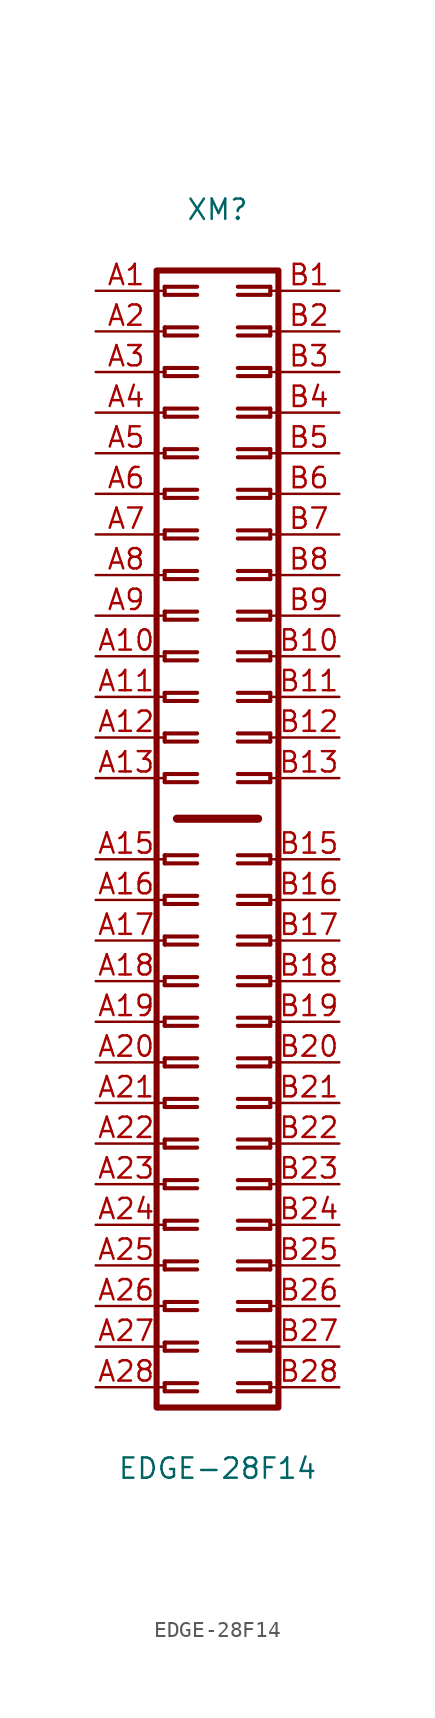
<source format=kicad_sym>
(kicad_symbol_lib
  (version 20231120)
  (generator "kicad_symbol_editor")
  (generator_version "8.0")
  (symbol "EDGE-28F14"
    (pin_names
      (offset 1.016))
    (property "Reference" "XM"
      (at 0 39.37 0)
      (effects (font (size 1.27 1.27))))
    (property "Value" "EDGE-28F14"
      (at 0 -39.37 0)
      (effects (font (size 1.27 1.27))))
    (symbol "EDGE-28F14_0_0"
      (polyline (pts (xy -2.54 1.27) (xy 2.54 1.27)) (stroke (width 0.508) (type default)) (fill (type none))))
    (symbol "EDGE-28F14_0_1"
      (rectangle (start -3.81 35.56) (end 3.81 -35.56) (stroke (width 0.381) (type default)) (fill (type none)))
      (polyline (pts (xy -3.81 -34.29) (xy -3.302 -34.29)) (stroke (width 0) (type default)) (fill (type none)))
      (polyline (pts (xy -3.81 -31.75) (xy -3.302 -31.75)) (stroke (width 0) (type default)) (fill (type none)))
      (polyline (pts (xy -3.81 -29.21) (xy -3.302 -29.21)) (stroke (width 0) (type default)) (fill (type none)))
      (polyline (pts (xy -3.81 -26.67) (xy -3.302 -26.67)) (stroke (width 0) (type default)) (fill (type none)))
      (polyline (pts (xy -3.81 -24.13) (xy -3.302 -24.13)) (stroke (width 0) (type default)) (fill (type none)))
      (polyline (pts (xy -3.81 -21.59) (xy -3.302 -21.59)) (stroke (width 0) (type default)) (fill (type none)))
      (polyline (pts (xy -3.81 -19.05) (xy -3.302 -19.05)) (stroke (width 0) (type default)) (fill (type none)))
      (polyline (pts (xy -3.81 -16.51) (xy -3.302 -16.51)) (stroke (width 0) (type default)) (fill (type none)))
      (polyline (pts (xy -3.81 -13.97) (xy -3.302 -13.97)) (stroke (width 0) (type default)) (fill (type none)))
      (polyline (pts (xy -3.81 -11.43) (xy -3.302 -11.43)) (stroke (width 0) (type default)) (fill (type none)))
      (polyline (pts (xy -3.81 -8.89) (xy -3.302 -8.89)) (stroke (width 0) (type default)) (fill (type none)))
      (polyline (pts (xy -3.81 -6.35) (xy -3.302 -6.35)) (stroke (width 0) (type default)) (fill (type none)))
      (polyline (pts (xy -3.81 -3.81) (xy -3.302 -3.81)) (stroke (width 0) (type default)) (fill (type none)))
      (polyline (pts (xy -3.81 -1.27) (xy -3.302 -1.27)) (stroke (width 0) (type default)) (fill (type none)))
      (polyline (pts (xy -3.81 3.81) (xy -3.302 3.81)) (stroke (width 0) (type default)) (fill (type none)))
      (polyline (pts (xy -3.81 6.35) (xy -3.302 6.35)) (stroke (width 0) (type default)) (fill (type none)))
      (polyline (pts (xy -3.81 8.89) (xy -3.302 8.89)) (stroke (width 0) (type default)) (fill (type none)))
      (polyline (pts (xy -3.81 11.43) (xy -3.302 11.43)) (stroke (width 0) (type default)) (fill (type none)))
      (polyline (pts (xy -3.81 13.97) (xy -3.302 13.97)) (stroke (width 0) (type default)) (fill (type none)))
      (polyline (pts (xy -3.81 16.51) (xy -3.302 16.51)) (stroke (width 0) (type default)) (fill (type none)))
      (polyline (pts (xy -3.81 19.05) (xy -3.302 19.05)) (stroke (width 0) (type default)) (fill (type none)))
      (polyline (pts (xy -3.81 21.59) (xy -3.302 21.59)) (stroke (width 0) (type default)) (fill (type none)))
      (polyline (pts (xy -3.81 24.13) (xy -3.302 24.13)) (stroke (width 0) (type default)) (fill (type none)))
      (polyline (pts (xy -3.81 26.67) (xy -3.302 26.67)) (stroke (width 0) (type default)) (fill (type none)))
      (polyline (pts (xy -3.81 29.21) (xy -3.302 29.21)) (stroke (width 0) (type default)) (fill (type none)))
      (polyline (pts (xy -3.81 31.75) (xy -3.302 31.75)) (stroke (width 0) (type default)) (fill (type none)))
      (polyline (pts (xy -3.81 34.29) (xy -3.302 34.29)) (stroke (width 0) (type default)) (fill (type none)))
      (polyline (pts (xy -3.302 -34.544) (xy -3.302 -34.036)) (stroke (width 0.254) (type default)) (fill (type none)))
      (polyline (pts (xy -3.302 -34.544) (xy -1.27 -34.544)) (stroke (width 0.254) (type default)) (fill (type none)))
      (polyline (pts (xy -3.302 -34.036) (xy -1.27 -34.036)) (stroke (width 0.254) (type default)) (fill (type none)))
      (polyline (pts (xy -3.302 -32.004) (xy -3.302 -31.496)) (stroke (width 0.254) (type default)) (fill (type none)))
      (polyline (pts (xy -3.302 -32.004) (xy -1.27 -32.004)) (stroke (width 0.254) (type default)) (fill (type none)))
      (polyline (pts (xy -3.302 -31.496) (xy -1.27 -31.496)) (stroke (width 0.254) (type default)) (fill (type none)))
      (polyline (pts (xy -3.302 -29.464) (xy -3.302 -28.956)) (stroke (width 0.254) (type default)) (fill (type none)))
      (polyline (pts (xy -3.302 -29.464) (xy -1.27 -29.464)) (stroke (width 0.254) (type default)) (fill (type none)))
      (polyline (pts (xy -3.302 -28.956) (xy -1.27 -28.956)) (stroke (width 0.254) (type default)) (fill (type none)))
      (polyline (pts (xy -3.302 -26.924) (xy -3.302 -26.416)) (stroke (width 0.254) (type default)) (fill (type none)))
      (polyline (pts (xy -3.302 -26.924) (xy -1.27 -26.924)) (stroke (width 0.254) (type default)) (fill (type none)))
      (polyline (pts (xy -3.302 -26.416) (xy -1.27 -26.416)) (stroke (width 0.254) (type default)) (fill (type none)))
      (polyline (pts (xy -3.302 -24.384) (xy -3.302 -23.876)) (stroke (width 0.254) (type default)) (fill (type none)))
      (polyline (pts (xy -3.302 -24.384) (xy -1.27 -24.384)) (stroke (width 0.254) (type default)) (fill (type none)))
      (polyline (pts (xy -3.302 -23.876) (xy -1.27 -23.876)) (stroke (width 0.254) (type default)) (fill (type none)))
      (polyline (pts (xy -3.302 -21.844) (xy -3.302 -21.336)) (stroke (width 0.254) (type default)) (fill (type none)))
      (polyline (pts (xy -3.302 -21.844) (xy -1.27 -21.844)) (stroke (width 0.254) (type default)) (fill (type none)))
      (polyline (pts (xy -3.302 -21.336) (xy -1.27 -21.336)) (stroke (width 0.254) (type default)) (fill (type none)))
      (polyline (pts (xy -3.302 -19.304) (xy -3.302 -18.796)) (stroke (width 0.254) (type default)) (fill (type none)))
      (polyline (pts (xy -3.302 -19.304) (xy -1.27 -19.304)) (stroke (width 0.254) (type default)) (fill (type none)))
      (polyline (pts (xy -3.302 -18.796) (xy -1.27 -18.796)) (stroke (width 0.254) (type default)) (fill (type none)))
      (polyline (pts (xy -3.302 -16.764) (xy -3.302 -16.256)) (stroke (width 0.254) (type default)) (fill (type none)))
      (polyline (pts (xy -3.302 -16.764) (xy -1.27 -16.764)) (stroke (width 0.254) (type default)) (fill (type none)))
      (polyline (pts (xy -3.302 -16.256) (xy -1.27 -16.256)) (stroke (width 0.254) (type default)) (fill (type none)))
      (polyline (pts (xy -3.302 -14.224) (xy -3.302 -13.716)) (stroke (width 0.254) (type default)) (fill (type none)))
      (polyline (pts (xy -3.302 -14.224) (xy -1.27 -14.224)) (stroke (width 0.254) (type default)) (fill (type none)))
      (polyline (pts (xy -3.302 -13.716) (xy -1.27 -13.716)) (stroke (width 0.254) (type default)) (fill (type none)))
      (polyline (pts (xy -3.302 -11.684) (xy -3.302 -11.176)) (stroke (width 0.254) (type default)) (fill (type none)))
      (polyline (pts (xy -3.302 -11.684) (xy -1.27 -11.684)) (stroke (width 0.254) (type default)) (fill (type none)))
      (polyline (pts (xy -3.302 -11.176) (xy -1.27 -11.176)) (stroke (width 0.254) (type default)) (fill (type none)))
      (polyline (pts (xy -3.302 -9.144) (xy -3.302 -8.636)) (stroke (width 0.254) (type default)) (fill (type none)))
      (polyline (pts (xy -3.302 -9.144) (xy -1.27 -9.144)) (stroke (width 0.254) (type default)) (fill (type none)))
      (polyline (pts (xy -3.302 -8.636) (xy -1.27 -8.636)) (stroke (width 0.254) (type default)) (fill (type none)))
      (polyline (pts (xy -3.302 -6.604) (xy -3.302 -6.096)) (stroke (width 0.254) (type default)) (fill (type none)))
      (polyline (pts (xy -3.302 -6.604) (xy -1.27 -6.604)) (stroke (width 0.254) (type default)) (fill (type none)))
      (polyline (pts (xy -3.302 -6.096) (xy -1.27 -6.096)) (stroke (width 0.254) (type default)) (fill (type none)))
      (polyline (pts (xy -3.302 -4.064) (xy -3.302 -3.556)) (stroke (width 0.254) (type default)) (fill (type none)))
      (polyline (pts (xy -3.302 -4.064) (xy -1.27 -4.064)) (stroke (width 0.254) (type default)) (fill (type none)))
      (polyline (pts (xy -3.302 -3.556) (xy -1.27 -3.556)) (stroke (width 0.254) (type default)) (fill (type none)))
      (polyline (pts (xy -3.302 -1.524) (xy -3.302 -1.016)) (stroke (width 0.254) (type default)) (fill (type none)))
      (polyline (pts (xy -3.302 -1.524) (xy -1.27 -1.524)) (stroke (width 0.254) (type default)) (fill (type none)))
      (polyline (pts (xy -3.302 -1.016) (xy -1.27 -1.016)) (stroke (width 0.254) (type default)) (fill (type none)))
      (polyline (pts (xy -3.302 3.556) (xy -3.302 4.064)) (stroke (width 0.254) (type default)) (fill (type none)))
      (polyline (pts (xy -3.302 3.556) (xy -1.27 3.556)) (stroke (width 0.254) (type default)) (fill (type none)))
      (polyline (pts (xy -3.302 4.064) (xy -1.27 4.064)) (stroke (width 0.254) (type default)) (fill (type none)))
      (polyline (pts (xy -3.302 6.096) (xy -3.302 6.604)) (stroke (width 0.254) (type default)) (fill (type none)))
      (polyline (pts (xy -3.302 6.096) (xy -1.27 6.096)) (stroke (width 0.254) (type default)) (fill (type none)))
      (polyline (pts (xy -3.302 6.604) (xy -1.27 6.604)) (stroke (width 0.254) (type default)) (fill (type none)))
      (polyline (pts (xy -3.302 8.636) (xy -3.302 9.144)) (stroke (width 0.254) (type default)) (fill (type none)))
      (polyline (pts (xy -3.302 8.636) (xy -1.27 8.636)) (stroke (width 0.254) (type default)) (fill (type none)))
      (polyline (pts (xy -3.302 9.144) (xy -1.27 9.144)) (stroke (width 0.254) (type default)) (fill (type none)))
      (polyline (pts (xy -3.302 11.176) (xy -3.302 11.684)) (stroke (width 0.254) (type default)) (fill (type none)))
      (polyline (pts (xy -3.302 11.176) (xy -1.27 11.176)) (stroke (width 0.254) (type default)) (fill (type none)))
      (polyline (pts (xy -3.302 11.684) (xy -1.27 11.684)) (stroke (width 0.254) (type default)) (fill (type none)))
      (polyline (pts (xy -3.302 13.716) (xy -3.302 14.224)) (stroke (width 0.254) (type default)) (fill (type none)))
      (polyline (pts (xy -3.302 13.716) (xy -1.27 13.716)) (stroke (width 0.254) (type default)) (fill (type none)))
      (polyline (pts (xy -3.302 14.224) (xy -1.27 14.224)) (stroke (width 0.254) (type default)) (fill (type none)))
      (polyline (pts (xy -3.302 16.256) (xy -3.302 16.764)) (stroke (width 0.254) (type default)) (fill (type none)))
      (polyline (pts (xy -3.302 16.256) (xy -1.27 16.256)) (stroke (width 0.254) (type default)) (fill (type none)))
      (polyline (pts (xy -3.302 16.764) (xy -1.27 16.764)) (stroke (width 0.254) (type default)) (fill (type none)))
      (polyline (pts (xy -3.302 18.796) (xy -3.302 19.304)) (stroke (width 0.254) (type default)) (fill (type none)))
      (polyline (pts (xy -3.302 18.796) (xy -1.27 18.796)) (stroke (width 0.254) (type default)) (fill (type none)))
      (polyline (pts (xy -3.302 19.304) (xy -1.27 19.304)) (stroke (width 0.254) (type default)) (fill (type none)))
      (polyline (pts (xy -3.302 21.336) (xy -3.302 21.844)) (stroke (width 0.254) (type default)) (fill (type none)))
      (polyline (pts (xy -3.302 21.336) (xy -1.27 21.336)) (stroke (width 0.254) (type default)) (fill (type none)))
      (polyline (pts (xy -3.302 21.844) (xy -1.27 21.844)) (stroke (width 0.254) (type default)) (fill (type none)))
      (polyline (pts (xy -3.302 23.876) (xy -3.302 24.384)) (stroke (width 0.254) (type default)) (fill (type none)))
      (polyline (pts (xy -3.302 23.876) (xy -1.27 23.876)) (stroke (width 0.254) (type default)) (fill (type none)))
      (polyline (pts (xy -3.302 24.384) (xy -1.27 24.384)) (stroke (width 0.254) (type default)) (fill (type none)))
      (polyline (pts (xy -3.302 26.416) (xy -3.302 26.924)) (stroke (width 0.254) (type default)) (fill (type none)))
      (polyline (pts (xy -3.302 26.416) (xy -1.27 26.416)) (stroke (width 0.254) (type default)) (fill (type none)))
      (polyline (pts (xy -3.302 26.924) (xy -1.27 26.924)) (stroke (width 0.254) (type default)) (fill (type none)))
      (polyline (pts (xy -3.302 28.956) (xy -3.302 29.464)) (stroke (width 0.254) (type default)) (fill (type none)))
      (polyline (pts (xy -3.302 28.956) (xy -1.27 28.956)) (stroke (width 0.254) (type default)) (fill (type none)))
      (polyline (pts (xy -3.302 29.464) (xy -1.27 29.464)) (stroke (width 0.254) (type default)) (fill (type none)))
      (polyline (pts (xy -3.302 31.496) (xy -3.302 32.004)) (stroke (width 0.254) (type default)) (fill (type none)))
      (polyline (pts (xy -3.302 31.496) (xy -1.27 31.496)) (stroke (width 0.254) (type default)) (fill (type none)))
      (polyline (pts (xy -3.302 32.004) (xy -1.27 32.004)) (stroke (width 0.254) (type default)) (fill (type none)))
      (polyline (pts (xy -3.302 34.036) (xy -3.302 34.544)) (stroke (width 0.254) (type default)) (fill (type none)))
      (polyline (pts (xy -3.302 34.036) (xy -1.27 34.036)) (stroke (width 0.254) (type default)) (fill (type none)))
      (polyline (pts (xy -3.302 34.544) (xy -1.27 34.544)) (stroke (width 0.254) (type default)) (fill (type none)))
      (polyline (pts (xy 3.302 -34.544) (xy 1.27 -34.544)) (stroke (width 0.254) (type default)) (fill (type none)))
      (polyline (pts (xy 3.302 -34.544) (xy 3.302 -34.036)) (stroke (width 0.254) (type default)) (fill (type none)))
      (polyline (pts (xy 3.302 -34.036) (xy 1.27 -34.036)) (stroke (width 0.254) (type default)) (fill (type none)))
      (polyline (pts (xy 3.302 -32.004) (xy 1.27 -32.004)) (stroke (width 0.254) (type default)) (fill (type none)))
      (polyline (pts (xy 3.302 -32.004) (xy 3.302 -31.496)) (stroke (width 0.254) (type default)) (fill (type none)))
      (polyline (pts (xy 3.302 -31.496) (xy 1.27 -31.496)) (stroke (width 0.254) (type default)) (fill (type none)))
      (polyline (pts (xy 3.302 -29.464) (xy 1.27 -29.464)) (stroke (width 0.254) (type default)) (fill (type none)))
      (polyline (pts (xy 3.302 -29.464) (xy 3.302 -28.956)) (stroke (width 0.254) (type default)) (fill (type none)))
      (polyline (pts (xy 3.302 -28.956) (xy 1.27 -28.956)) (stroke (width 0.254) (type default)) (fill (type none)))
      (polyline (pts (xy 3.302 -26.924) (xy 1.27 -26.924)) (stroke (width 0.254) (type default)) (fill (type none)))
      (polyline (pts (xy 3.302 -26.924) (xy 3.302 -26.416)) (stroke (width 0.254) (type default)) (fill (type none)))
      (polyline (pts (xy 3.302 -26.416) (xy 1.27 -26.416)) (stroke (width 0.254) (type default)) (fill (type none)))
      (polyline (pts (xy 3.302 -24.384) (xy 1.27 -24.384)) (stroke (width 0.254) (type default)) (fill (type none)))
      (polyline (pts (xy 3.302 -24.384) (xy 3.302 -23.876)) (stroke (width 0.254) (type default)) (fill (type none)))
      (polyline (pts (xy 3.302 -23.876) (xy 1.27 -23.876)) (stroke (width 0.254) (type default)) (fill (type none)))
      (polyline (pts (xy 3.302 -21.844) (xy 1.27 -21.844)) (stroke (width 0.254) (type default)) (fill (type none)))
      (polyline (pts (xy 3.302 -21.844) (xy 3.302 -21.336)) (stroke (width 0.254) (type default)) (fill (type none)))
      (polyline (pts (xy 3.302 -21.336) (xy 1.27 -21.336)) (stroke (width 0.254) (type default)) (fill (type none)))
      (polyline (pts (xy 3.302 -19.304) (xy 1.27 -19.304)) (stroke (width 0.254) (type default)) (fill (type none)))
      (polyline (pts (xy 3.302 -19.304) (xy 3.302 -18.796)) (stroke (width 0.254) (type default)) (fill (type none)))
      (polyline (pts (xy 3.302 -18.796) (xy 1.27 -18.796)) (stroke (width 0.254) (type default)) (fill (type none)))
      (polyline (pts (xy 3.302 -16.764) (xy 1.27 -16.764)) (stroke (width 0.254) (type default)) (fill (type none)))
      (polyline (pts (xy 3.302 -16.764) (xy 3.302 -16.256)) (stroke (width 0.254) (type default)) (fill (type none)))
      (polyline (pts (xy 3.302 -16.256) (xy 1.27 -16.256)) (stroke (width 0.254) (type default)) (fill (type none)))
      (polyline (pts (xy 3.302 -14.224) (xy 1.27 -14.224)) (stroke (width 0.254) (type default)) (fill (type none)))
      (polyline (pts (xy 3.302 -14.224) (xy 3.302 -13.716)) (stroke (width 0.254) (type default)) (fill (type none)))
      (polyline (pts (xy 3.302 -13.716) (xy 1.27 -13.716)) (stroke (width 0.254) (type default)) (fill (type none)))
      (polyline (pts (xy 3.302 -11.684) (xy 1.27 -11.684)) (stroke (width 0.254) (type default)) (fill (type none)))
      (polyline (pts (xy 3.302 -11.684) (xy 3.302 -11.176)) (stroke (width 0.254) (type default)) (fill (type none)))
      (polyline (pts (xy 3.302 -11.176) (xy 1.27 -11.176)) (stroke (width 0.254) (type default)) (fill (type none)))
      (polyline (pts (xy 3.302 -9.144) (xy 1.27 -9.144)) (stroke (width 0.254) (type default)) (fill (type none)))
      (polyline (pts (xy 3.302 -9.144) (xy 3.302 -8.636)) (stroke (width 0.254) (type default)) (fill (type none)))
      (polyline (pts (xy 3.302 -8.636) (xy 1.27 -8.636)) (stroke (width 0.254) (type default)) (fill (type none)))
      (polyline (pts (xy 3.302 -6.604) (xy 1.27 -6.604)) (stroke (width 0.254) (type default)) (fill (type none)))
      (polyline (pts (xy 3.302 -6.604) (xy 3.302 -6.096)) (stroke (width 0.254) (type default)) (fill (type none)))
      (polyline (pts (xy 3.302 -6.096) (xy 1.27 -6.096)) (stroke (width 0.254) (type default)) (fill (type none)))
      (polyline (pts (xy 3.302 -4.064) (xy 1.27 -4.064)) (stroke (width 0.254) (type default)) (fill (type none)))
      (polyline (pts (xy 3.302 -4.064) (xy 3.302 -3.556)) (stroke (width 0.254) (type default)) (fill (type none)))
      (polyline (pts (xy 3.302 -3.556) (xy 1.27 -3.556)) (stroke (width 0.254) (type default)) (fill (type none)))
      (polyline (pts (xy 3.302 -1.524) (xy 1.27 -1.524)) (stroke (width 0.254) (type default)) (fill (type none)))
      (polyline (pts (xy 3.302 -1.524) (xy 3.302 -1.016)) (stroke (width 0.254) (type default)) (fill (type none)))
      (polyline (pts (xy 3.302 -1.016) (xy 1.27 -1.016)) (stroke (width 0.254) (type default)) (fill (type none)))
      (polyline (pts (xy 3.302 3.556) (xy 1.27 3.556)) (stroke (width 0.254) (type default)) (fill (type none)))
      (polyline (pts (xy 3.302 3.556) (xy 3.302 4.064)) (stroke (width 0.254) (type default)) (fill (type none)))
      (polyline (pts (xy 3.302 4.064) (xy 1.27 4.064)) (stroke (width 0.254) (type default)) (fill (type none)))
      (polyline (pts (xy 3.302 6.096) (xy 1.27 6.096)) (stroke (width 0.254) (type default)) (fill (type none)))
      (polyline (pts (xy 3.302 6.096) (xy 3.302 6.604)) (stroke (width 0.254) (type default)) (fill (type none)))
      (polyline (pts (xy 3.302 6.604) (xy 1.27 6.604)) (stroke (width 0.254) (type default)) (fill (type none)))
      (polyline (pts (xy 3.302 8.636) (xy 1.27 8.636)) (stroke (width 0.254) (type default)) (fill (type none)))
      (polyline (pts (xy 3.302 8.636) (xy 3.302 9.144)) (stroke (width 0.254) (type default)) (fill (type none)))
      (polyline (pts (xy 3.302 9.144) (xy 1.27 9.144)) (stroke (width 0.254) (type default)) (fill (type none)))
      (polyline (pts (xy 3.302 11.176) (xy 1.27 11.176)) (stroke (width 0.254) (type default)) (fill (type none)))
      (polyline (pts (xy 3.302 11.176) (xy 3.302 11.684)) (stroke (width 0.254) (type default)) (fill (type none)))
      (polyline (pts (xy 3.302 11.684) (xy 1.27 11.684)) (stroke (width 0.254) (type default)) (fill (type none)))
      (polyline (pts (xy 3.302 13.716) (xy 1.27 13.716)) (stroke (width 0.254) (type default)) (fill (type none)))
      (polyline (pts (xy 3.302 13.716) (xy 3.302 14.224)) (stroke (width 0.254) (type default)) (fill (type none)))
      (polyline (pts (xy 3.302 14.224) (xy 1.27 14.224)) (stroke (width 0.254) (type default)) (fill (type none)))
      (polyline (pts (xy 3.302 16.256) (xy 1.27 16.256)) (stroke (width 0.254) (type default)) (fill (type none)))
      (polyline (pts (xy 3.302 16.256) (xy 3.302 16.764)) (stroke (width 0.254) (type default)) (fill (type none)))
      (polyline (pts (xy 3.302 16.764) (xy 1.27 16.764)) (stroke (width 0.254) (type default)) (fill (type none)))
      (polyline (pts (xy 3.302 18.796) (xy 1.27 18.796)) (stroke (width 0.254) (type default)) (fill (type none)))
      (polyline (pts (xy 3.302 18.796) (xy 3.302 19.304)) (stroke (width 0.254) (type default)) (fill (type none)))
      (polyline (pts (xy 3.302 19.304) (xy 1.27 19.304)) (stroke (width 0.254) (type default)) (fill (type none)))
      (polyline (pts (xy 3.302 21.336) (xy 1.27 21.336)) (stroke (width 0.254) (type default)) (fill (type none)))
      (polyline (pts (xy 3.302 21.336) (xy 3.302 21.844)) (stroke (width 0.254) (type default)) (fill (type none)))
      (polyline (pts (xy 3.302 21.844) (xy 1.27 21.844)) (stroke (width 0.254) (type default)) (fill (type none)))
      (polyline (pts (xy 3.302 23.876) (xy 1.27 23.876)) (stroke (width 0.254) (type default)) (fill (type none)))
      (polyline (pts (xy 3.302 23.876) (xy 3.302 24.384)) (stroke (width 0.254) (type default)) (fill (type none)))
      (polyline (pts (xy 3.302 24.384) (xy 1.27 24.384)) (stroke (width 0.254) (type default)) (fill (type none)))
      (polyline (pts (xy 3.302 26.416) (xy 1.27 26.416)) (stroke (width 0.254) (type default)) (fill (type none)))
      (polyline (pts (xy 3.302 26.416) (xy 3.302 26.924)) (stroke (width 0.254) (type default)) (fill (type none)))
      (polyline (pts (xy 3.302 26.924) (xy 1.27 26.924)) (stroke (width 0.254) (type default)) (fill (type none)))
      (polyline (pts (xy 3.302 28.956) (xy 1.27 28.956)) (stroke (width 0.254) (type default)) (fill (type none)))
      (polyline (pts (xy 3.302 28.956) (xy 3.302 29.464)) (stroke (width 0.254) (type default)) (fill (type none)))
      (polyline (pts (xy 3.302 29.464) (xy 1.27 29.464)) (stroke (width 0.254) (type default)) (fill (type none)))
      (polyline (pts (xy 3.302 31.496) (xy 1.27 31.496)) (stroke (width 0.254) (type default)) (fill (type none)))
      (polyline (pts (xy 3.302 31.496) (xy 3.302 32.004)) (stroke (width 0.254) (type default)) (fill (type none)))
      (polyline (pts (xy 3.302 32.004) (xy 1.27 32.004)) (stroke (width 0.254) (type default)) (fill (type none)))
      (polyline (pts (xy 3.302 34.036) (xy 1.27 34.036)) (stroke (width 0.254) (type default)) (fill (type none)))
      (polyline (pts (xy 3.302 34.036) (xy 3.302 34.544)) (stroke (width 0.254) (type default)) (fill (type none)))
      (polyline (pts (xy 3.302 34.544) (xy 1.27 34.544)) (stroke (width 0.254) (type default)) (fill (type none)))
      (polyline (pts (xy 3.81 -34.29) (xy 3.302 -34.29)) (stroke (width 0) (type default)) (fill (type none)))
      (polyline (pts (xy 3.81 -31.75) (xy 3.302 -31.75)) (stroke (width 0) (type default)) (fill (type none)))
      (polyline (pts (xy 3.81 -29.21) (xy 3.302 -29.21)) (stroke (width 0) (type default)) (fill (type none)))
      (polyline (pts (xy 3.81 -26.67) (xy 3.302 -26.67)) (stroke (width 0) (type default)) (fill (type none)))
      (polyline (pts (xy 3.81 -24.13) (xy 3.302 -24.13)) (stroke (width 0) (type default)) (fill (type none)))
      (polyline (pts (xy 3.81 -21.59) (xy 3.302 -21.59)) (stroke (width 0) (type default)) (fill (type none)))
      (polyline (pts (xy 3.81 -19.05) (xy 3.302 -19.05)) (stroke (width 0) (type default)) (fill (type none)))
      (polyline (pts (xy 3.81 -16.51) (xy 3.302 -16.51)) (stroke (width 0) (type default)) (fill (type none)))
      (polyline (pts (xy 3.81 -13.97) (xy 3.302 -13.97)) (stroke (width 0) (type default)) (fill (type none)))
      (polyline (pts (xy 3.81 -11.43) (xy 3.302 -11.43)) (stroke (width 0) (type default)) (fill (type none)))
      (polyline (pts (xy 3.81 -8.89) (xy 3.302 -8.89)) (stroke (width 0) (type default)) (fill (type none)))
      (polyline (pts (xy 3.81 -6.35) (xy 3.302 -6.35)) (stroke (width 0) (type default)) (fill (type none)))
      (polyline (pts (xy 3.81 -3.81) (xy 3.302 -3.81)) (stroke (width 0) (type default)) (fill (type none)))
      (polyline (pts (xy 3.81 -1.27) (xy 3.302 -1.27)) (stroke (width 0) (type default)) (fill (type none)))
      (polyline (pts (xy 3.81 3.81) (xy 3.302 3.81)) (stroke (width 0) (type default)) (fill (type none)))
      (polyline (pts (xy 3.81 6.35) (xy 3.302 6.35)) (stroke (width 0) (type default)) (fill (type none)))
      (polyline (pts (xy 3.81 8.89) (xy 3.302 8.89)) (stroke (width 0) (type default)) (fill (type none)))
      (polyline (pts (xy 3.81 11.43) (xy 3.302 11.43)) (stroke (width 0) (type default)) (fill (type none)))
      (polyline (pts (xy 3.81 13.97) (xy 3.302 13.97)) (stroke (width 0) (type default)) (fill (type none)))
      (polyline (pts (xy 3.81 16.51) (xy 3.302 16.51)) (stroke (width 0) (type default)) (fill (type none)))
      (polyline (pts (xy 3.81 19.05) (xy 3.302 19.05)) (stroke (width 0) (type default)) (fill (type none)))
      (polyline (pts (xy 3.81 21.59) (xy 3.302 21.59)) (stroke (width 0) (type default)) (fill (type none)))
      (polyline (pts (xy 3.81 24.13) (xy 3.302 24.13)) (stroke (width 0) (type default)) (fill (type none)))
      (polyline (pts (xy 3.81 26.67) (xy 3.302 26.67)) (stroke (width 0) (type default)) (fill (type none)))
      (polyline (pts (xy 3.81 29.21) (xy 3.302 29.21)) (stroke (width 0) (type default)) (fill (type none)))
      (polyline (pts (xy 3.81 31.75) (xy 3.302 31.75)) (stroke (width 0) (type default)) (fill (type none)))
      (polyline (pts (xy 3.81 34.29) (xy 3.302 34.29)) (stroke (width 0) (type default)) (fill (type none))))
    (symbol "EDGE-28F14_1_1"
      (pin passive line (at -7.62 34.29 0) (length 3.81) (name "~" (effects (font (size 1.27 1.27)))) (number "A1" (effects (font (size 1.27 1.27)))))
      (pin passive line (at -7.62 11.43 0) (length 3.81) (name "~" (effects (font (size 1.27 1.27)))) (number "A10" (effects (font (size 1.27 1.27)))))
      (pin passive line (at -7.62 8.89 0) (length 3.81) (name "~" (effects (font (size 1.27 1.27)))) (number "A11" (effects (font (size 1.27 1.27)))))
      (pin passive line (at -7.62 6.35 0) (length 3.81) (name "~" (effects (font (size 1.27 1.27)))) (number "A12" (effects (font (size 1.27 1.27)))))
      (pin passive line (at -7.62 3.81 0) (length 3.81) (name "~" (effects (font (size 1.27 1.27)))) (number "A13" (effects (font (size 1.27 1.27)))))
      (pin passive line (at -7.62 -1.27 0) (length 3.81) (name "~" (effects (font (size 1.27 1.27)))) (number "A15" (effects (font (size 1.27 1.27)))))
      (pin passive line (at -7.62 -3.81 0) (length 3.81) (name "~" (effects (font (size 1.27 1.27)))) (number "A16" (effects (font (size 1.27 1.27)))))
      (pin passive line (at -7.62 -6.35 0) (length 3.81) (name "~" (effects (font (size 1.27 1.27)))) (number "A17" (effects (font (size 1.27 1.27)))))
      (pin passive line (at -7.62 -8.89 0) (length 3.81) (name "~" (effects (font (size 1.27 1.27)))) (number "A18" (effects (font (size 1.27 1.27)))))
      (pin passive line (at -7.62 -11.43 0) (length 3.81) (name "~" (effects (font (size 1.27 1.27)))) (number "A19" (effects (font (size 1.27 1.27)))))
      (pin passive line (at -7.62 31.75 0) (length 3.81) (name "~" (effects (font (size 1.27 1.27)))) (number "A2" (effects (font (size 1.27 1.27)))))
      (pin passive line (at -7.62 -13.97 0) (length 3.81) (name "~" (effects (font (size 1.27 1.27)))) (number "A20" (effects (font (size 1.27 1.27)))))
      (pin passive line (at -7.62 -16.51 0) (length 3.81) (name "~" (effects (font (size 1.27 1.27)))) (number "A21" (effects (font (size 1.27 1.27)))))
      (pin passive line (at -7.62 -19.05 0) (length 3.81) (name "~" (effects (font (size 1.27 1.27)))) (number "A22" (effects (font (size 1.27 1.27)))))
      (pin passive line (at -7.62 -21.59 0) (length 3.81) (name "~" (effects (font (size 1.27 1.27)))) (number "A23" (effects (font (size 1.27 1.27)))))
      (pin passive line (at -7.62 -24.13 0) (length 3.81) (name "~" (effects (font (size 1.27 1.27)))) (number "A24" (effects (font (size 1.27 1.27)))))
      (pin passive line (at -7.62 -26.67 0) (length 3.81) (name "~" (effects (font (size 1.27 1.27)))) (number "A25" (effects (font (size 1.27 1.27)))))
      (pin passive line (at -7.62 -29.21 0) (length 3.81) (name "~" (effects (font (size 1.27 1.27)))) (number "A26" (effects (font (size 1.27 1.27)))))
      (pin passive line (at -7.62 -31.75 0) (length 3.81) (name "~" (effects (font (size 1.27 1.27)))) (number "A27" (effects (font (size 1.27 1.27)))))
      (pin passive line (at -7.62 -34.29 0) (length 3.81) (name "~" (effects (font (size 1.27 1.27)))) (number "A28" (effects (font (size 1.27 1.27)))))
      (pin passive line (at -7.62 29.21 0) (length 3.81) (name "~" (effects (font (size 1.27 1.27)))) (number "A3" (effects (font (size 1.27 1.27)))))
      (pin passive line (at -7.62 26.67 0) (length 3.81) (name "~" (effects (font (size 1.27 1.27)))) (number "A4" (effects (font (size 1.27 1.27)))))
      (pin passive line (at -7.62 24.13 0) (length 3.81) (name "~" (effects (font (size 1.27 1.27)))) (number "A5" (effects (font (size 1.27 1.27)))))
      (pin passive line (at -7.62 21.59 0) (length 3.81) (name "~" (effects (font (size 1.27 1.27)))) (number "A6" (effects (font (size 1.27 1.27)))))
      (pin passive line (at -7.62 19.05 0) (length 3.81) (name "~" (effects (font (size 1.27 1.27)))) (number "A7" (effects (font (size 1.27 1.27)))))
      (pin passive line (at -7.62 16.51 0) (length 3.81) (name "~" (effects (font (size 1.27 1.27)))) (number "A8" (effects (font (size 1.27 1.27)))))
      (pin passive line (at -7.62 13.97 0) (length 3.81) (name "~" (effects (font (size 1.27 1.27)))) (number "A9" (effects (font (size 1.27 1.27)))))
      (pin passive line (at 7.62 34.29 180) (length 3.81) (name "~" (effects (font (size 1.27 1.27)))) (number "B1" (effects (font (size 1.27 1.27)))))
      (pin passive line (at 7.62 11.43 180) (length 3.81) (name "~" (effects (font (size 1.27 1.27)))) (number "B10" (effects (font (size 1.27 1.27)))))
      (pin passive line (at 7.62 8.89 180) (length 3.81) (name "~" (effects (font (size 1.27 1.27)))) (number "B11" (effects (font (size 1.27 1.27)))))
      (pin passive line (at 7.62 6.35 180) (length 3.81) (name "~" (effects (font (size 1.27 1.27)))) (number "B12" (effects (font (size 1.27 1.27)))))
      (pin passive line (at 7.62 3.81 180) (length 3.81) (name "~" (effects (font (size 1.27 1.27)))) (number "B13" (effects (font (size 1.27 1.27)))))
      (pin passive line (at 7.62 -1.27 180) (length 3.81) (name "~" (effects (font (size 1.27 1.27)))) (number "B15" (effects (font (size 1.27 1.27)))))
      (pin passive line (at 7.62 -3.81 180) (length 3.81) (name "~" (effects (font (size 1.27 1.27)))) (number "B16" (effects (font (size 1.27 1.27)))))
      (pin passive line (at 7.62 -6.35 180) (length 3.81) (name "~" (effects (font (size 1.27 1.27)))) (number "B17" (effects (font (size 1.27 1.27)))))
      (pin passive line (at 7.62 -8.89 180) (length 3.81) (name "~" (effects (font (size 1.27 1.27)))) (number "B18" (effects (font (size 1.27 1.27)))))
      (pin passive line (at 7.62 -11.43 180) (length 3.81) (name "~" (effects (font (size 1.27 1.27)))) (number "B19" (effects (font (size 1.27 1.27)))))
      (pin passive line (at 7.62 31.75 180) (length 3.81) (name "~" (effects (font (size 1.27 1.27)))) (number "B2" (effects (font (size 1.27 1.27)))))
      (pin passive line (at 7.62 -13.97 180) (length 3.81) (name "~" (effects (font (size 1.27 1.27)))) (number "B20" (effects (font (size 1.27 1.27)))))
      (pin passive line (at 7.62 -16.51 180) (length 3.81) (name "~" (effects (font (size 1.27 1.27)))) (number "B21" (effects (font (size 1.27 1.27)))))
      (pin passive line (at 7.62 -19.05 180) (length 3.81) (name "~" (effects (font (size 1.27 1.27)))) (number "B22" (effects (font (size 1.27 1.27)))))
      (pin passive line (at 7.62 -21.59 180) (length 3.81) (name "~" (effects (font (size 1.27 1.27)))) (number "B23" (effects (font (size 1.27 1.27)))))
      (pin passive line (at 7.62 -24.13 180) (length 3.81) (name "~" (effects (font (size 1.27 1.27)))) (number "B24" (effects (font (size 1.27 1.27)))))
      (pin passive line (at 7.62 -26.67 180) (length 3.81) (name "~" (effects (font (size 1.27 1.27)))) (number "B25" (effects (font (size 1.27 1.27)))))
      (pin passive line (at 7.62 -29.21 180) (length 3.81) (name "~" (effects (font (size 1.27 1.27)))) (number "B26" (effects (font (size 1.27 1.27)))))
      (pin passive line (at 7.62 -31.75 180) (length 3.81) (name "~" (effects (font (size 1.27 1.27)))) (number "B27" (effects (font (size 1.27 1.27)))))
      (pin passive line (at 7.62 -34.29 180) (length 3.81) (name "~" (effects (font (size 1.27 1.27)))) (number "B28" (effects (font (size 1.27 1.27)))))
      (pin passive line (at 7.62 29.21 180) (length 3.81) (name "~" (effects (font (size 1.27 1.27)))) (number "B3" (effects (font (size 1.27 1.27)))))
      (pin passive line (at 7.62 26.67 180) (length 3.81) (name "~" (effects (font (size 1.27 1.27)))) (number "B4" (effects (font (size 1.27 1.27)))))
      (pin passive line (at 7.62 24.13 180) (length 3.81) (name "~" (effects (font (size 1.27 1.27)))) (number "B5" (effects (font (size 1.27 1.27)))))
      (pin passive line (at 7.62 21.59 180) (length 3.81) (name "~" (effects (font (size 1.27 1.27)))) (number "B6" (effects (font (size 1.27 1.27)))))
      (pin passive line (at 7.62 19.05 180) (length 3.81) (name "~" (effects (font (size 1.27 1.27)))) (number "B7" (effects (font (size 1.27 1.27)))))
      (pin passive line (at 7.62 16.51 180) (length 3.81) (name "~" (effects (font (size 1.27 1.27)))) (number "B8" (effects (font (size 1.27 1.27)))))
      (pin passive line (at 7.62 13.97 180) (length 3.81) (name "~" (effects (font (size 1.27 1.27)))) (number "B9" (effects (font (size 1.27 1.27))))))))
</source>
